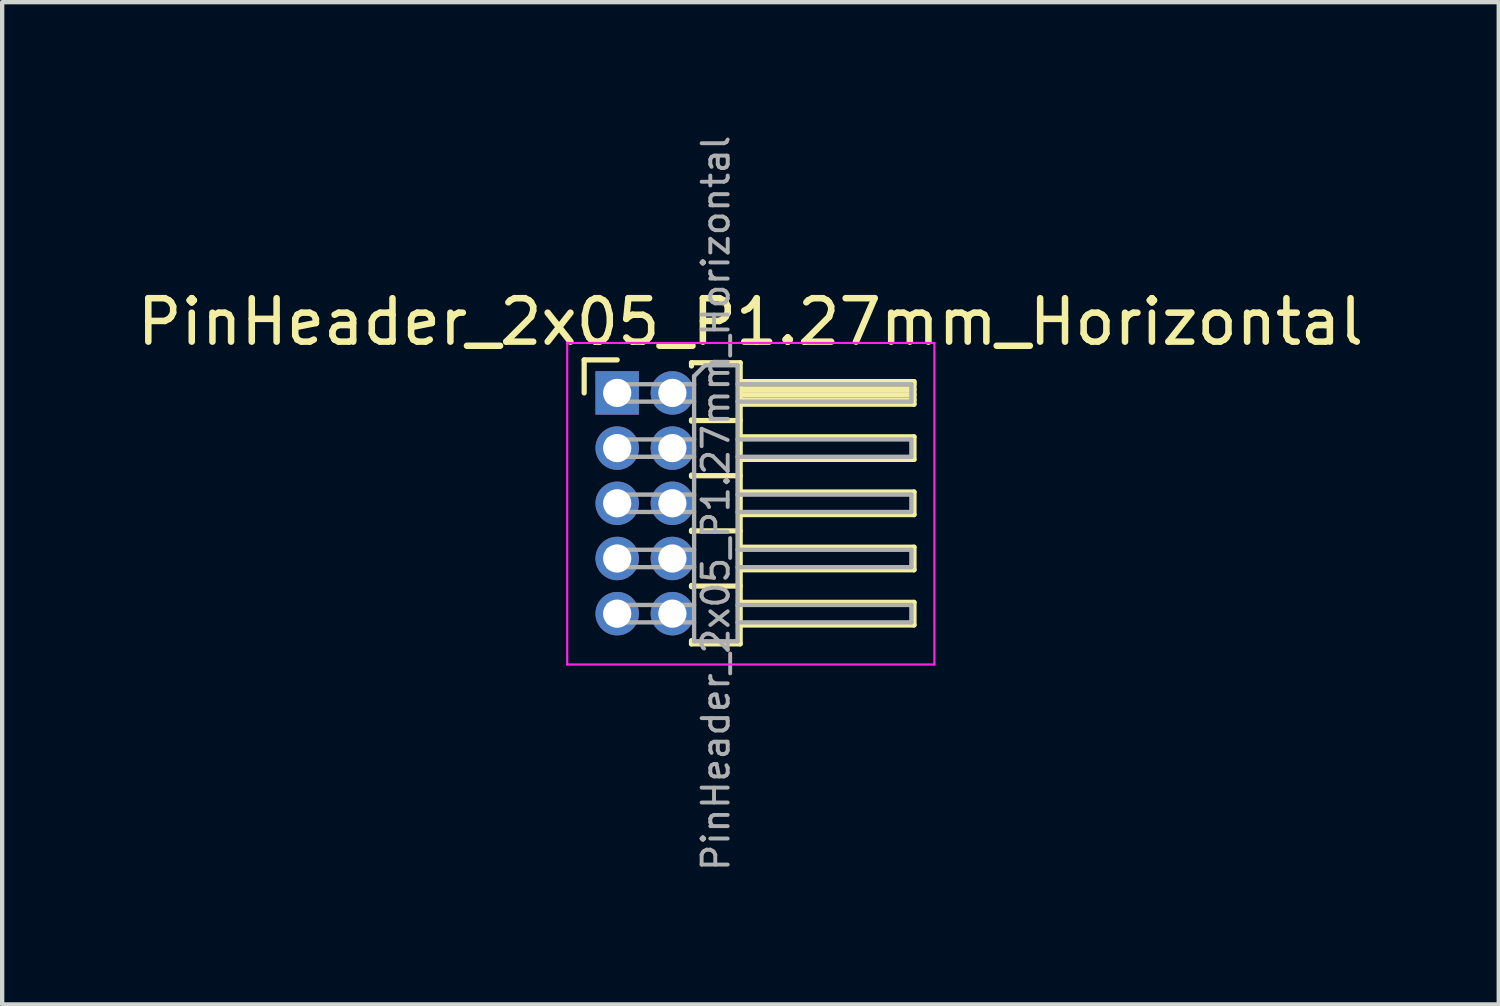
<source format=kicad_pcb>
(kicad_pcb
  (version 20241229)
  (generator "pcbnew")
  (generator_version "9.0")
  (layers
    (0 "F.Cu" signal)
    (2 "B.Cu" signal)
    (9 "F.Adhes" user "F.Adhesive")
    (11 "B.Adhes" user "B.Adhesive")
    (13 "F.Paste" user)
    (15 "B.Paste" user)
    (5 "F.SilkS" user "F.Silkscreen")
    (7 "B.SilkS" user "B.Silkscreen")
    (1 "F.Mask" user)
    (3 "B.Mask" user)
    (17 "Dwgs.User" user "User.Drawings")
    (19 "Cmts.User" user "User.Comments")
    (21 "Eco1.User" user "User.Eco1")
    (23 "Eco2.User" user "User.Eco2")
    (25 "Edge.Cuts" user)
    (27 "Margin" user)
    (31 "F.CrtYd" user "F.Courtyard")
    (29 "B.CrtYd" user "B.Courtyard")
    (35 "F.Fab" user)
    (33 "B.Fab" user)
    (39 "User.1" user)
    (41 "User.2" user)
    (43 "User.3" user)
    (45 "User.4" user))
  (footprint "PinHeader_2x05_P1.27mm_Horizontal"
    (layer "F.Cu")
    (at 11.153 5.992)
    (property "Reference" "PinHeader_2x05_P1.27mm_Horizontal" (at 3.067 -1.635 0) (layer "F.SilkS") (effects (font (size 1 1) (thickness 0.15))))
    (attr through_hole)
    (fp_line (start -0.76 -0.76) (end 0 -0.76) (stroke (width 0.12) (type solid)) (layer "F.SilkS"))
    (fp_line (start -0.76 0) (end -0.76 -0.76) (stroke (width 0.12) (type solid)) (layer "F.SilkS"))
    (fp_line (start 1.71 -0.695) (end 2.83 -0.695) (stroke (width 0.12) (type solid)) (layer "F.SilkS"))
    (fp_line (start 1.71 -0.62) (end 1.71 -0.695) (stroke (width 0.12) (type solid)) (layer "F.SilkS"))
    (fp_line (start 1.71 0.62) (end 1.71 0.65) (stroke (width 0.12) (type solid)) (layer "F.SilkS"))
    (fp_line (start 1.71 0.635) (end 2.83 0.635) (stroke (width 0.12) (type solid)) (layer "F.SilkS"))
    (fp_line (start 1.71 1.89) (end 1.71 1.92) (stroke (width 0.12) (type solid)) (layer "F.SilkS"))
    (fp_line (start 1.71 1.905) (end 2.83 1.905) (stroke (width 0.12) (type solid)) (layer "F.SilkS"))
    (fp_line (start 1.71 3.16) (end 1.71 3.19) (stroke (width 0.12) (type solid)) (layer "F.SilkS"))
    (fp_line (start 1.71 3.175) (end 2.83 3.175) (stroke (width 0.12) (type solid)) (layer "F.SilkS"))
    (fp_line (start 1.71 4.43) (end 1.71 4.46) (stroke (width 0.12) (type solid)) (layer "F.SilkS"))
    (fp_line (start 1.71 4.445) (end 2.83 4.445) (stroke (width 0.12) (type solid)) (layer "F.SilkS"))
    (fp_line (start 1.71 5.775) (end 1.71 5.7) (stroke (width 0.12) (type solid)) (layer "F.SilkS"))
    (fp_line (start 2.83 -0.695) (end 2.83 5.775) (stroke (width 0.12) (type solid)) (layer "F.SilkS"))
    (fp_line (start 2.83 -0.26) (end 6.83 -0.26) (stroke (width 0.12) (type solid)) (layer "F.SilkS"))
    (fp_line (start 2.83 -0.2) (end 6.83 -0.2) (stroke (width 0.12) (type solid)) (layer "F.SilkS"))
    (fp_line (start 2.83 -0.08) (end 6.83 -0.08) (stroke (width 0.12) (type solid)) (layer "F.SilkS"))
    (fp_line (start 2.83 0.04) (end 6.83 0.04) (stroke (width 0.12) (type solid)) (layer "F.SilkS"))
    (fp_line (start 2.83 0.16) (end 6.83 0.16) (stroke (width 0.12) (type solid)) (layer "F.SilkS"))
    (fp_line (start 2.83 1.01) (end 6.83 1.01) (stroke (width 0.12) (type solid)) (layer "F.SilkS"))
    (fp_line (start 2.83 2.28) (end 6.83 2.28) (stroke (width 0.12) (type solid)) (layer "F.SilkS"))
    (fp_line (start 2.83 3.55) (end 6.83 3.55) (stroke (width 0.12) (type solid)) (layer "F.SilkS"))
    (fp_line (start 2.83 4.82) (end 6.83 4.82) (stroke (width 0.12) (type solid)) (layer "F.SilkS"))
    (fp_line (start 2.83 5.775) (end 1.71 5.775) (stroke (width 0.12) (type solid)) (layer "F.SilkS"))
    (fp_line (start 6.83 -0.26) (end 6.83 0.26) (stroke (width 0.12) (type solid)) (layer "F.SilkS"))
    (fp_line (start 6.83 0.26) (end 2.83 0.26) (stroke (width 0.12) (type solid)) (layer "F.SilkS"))
    (fp_line (start 6.83 1.01) (end 6.83 1.53) (stroke (width 0.12) (type solid)) (layer "F.SilkS"))
    (fp_line (start 6.83 1.53) (end 2.83 1.53) (stroke (width 0.12) (type solid)) (layer "F.SilkS"))
    (fp_line (start 6.83 2.28) (end 6.83 2.8) (stroke (width 0.12) (type solid)) (layer "F.SilkS"))
    (fp_line (start 6.83 2.8) (end 2.83 2.8) (stroke (width 0.12) (type solid)) (layer "F.SilkS"))
    (fp_line (start 6.83 3.55) (end 6.83 4.07) (stroke (width 0.12) (type solid)) (layer "F.SilkS"))
    (fp_line (start 6.83 4.07) (end 2.83 4.07) (stroke (width 0.12) (type solid)) (layer "F.SilkS"))
    (fp_line (start 6.83 4.82) (end 6.83 5.34) (stroke (width 0.12) (type solid)) (layer "F.SilkS"))
    (fp_line (start 6.83 5.34) (end 2.83 5.34) (stroke (width 0.12) (type solid)) (layer "F.SilkS"))
    (fp_line (start -1.15 -1.15) (end -1.15 6.25) (stroke (width 0.05) (type solid)) (layer "F.CrtYd"))
    (fp_line (start -1.15 6.25) (end 7.3 6.25) (stroke (width 0.05) (type solid)) (layer "F.CrtYd"))
    (fp_line (start 7.3 -1.15) (end -1.15 -1.15) (stroke (width 0.05) (type solid)) (layer "F.CrtYd"))
    (fp_line (start 7.3 6.25) (end 7.3 -1.15) (stroke (width 0.05) (type solid)) (layer "F.CrtYd"))
    (fp_line (start -0.2 -0.2) (end -0.2 0.2) (stroke (width 0.1) (type solid)) (layer "F.Fab"))
    (fp_line (start -0.2 -0.2) (end 1.77 -0.2) (stroke (width 0.1) (type solid)) (layer "F.Fab"))
    (fp_line (start -0.2 0.2) (end 1.77 0.2) (stroke (width 0.1) (type solid)) (layer "F.Fab"))
    (fp_line (start -0.2 1.07) (end -0.2 1.47) (stroke (width 0.1) (type solid)) (layer "F.Fab"))
    (fp_line (start -0.2 1.07) (end 1.77 1.07) (stroke (width 0.1) (type solid)) (layer "F.Fab"))
    (fp_line (start -0.2 1.47) (end 1.77 1.47) (stroke (width 0.1) (type solid)) (layer "F.Fab"))
    (fp_line (start -0.2 2.34) (end -0.2 2.74) (stroke (width 0.1) (type solid)) (layer "F.Fab"))
    (fp_line (start -0.2 2.34) (end 1.77 2.34) (stroke (width 0.1) (type solid)) (layer "F.Fab"))
    (fp_line (start -0.2 2.74) (end 1.77 2.74) (stroke (width 0.1) (type solid)) (layer "F.Fab"))
    (fp_line (start -0.2 3.61) (end -0.2 4.01) (stroke (width 0.1) (type solid)) (layer "F.Fab"))
    (fp_line (start -0.2 3.61) (end 1.77 3.61) (stroke (width 0.1) (type solid)) (layer "F.Fab"))
    (fp_line (start -0.2 4.01) (end 1.77 4.01) (stroke (width 0.1) (type solid)) (layer "F.Fab"))
    (fp_line (start -0.2 4.88) (end -0.2 5.28) (stroke (width 0.1) (type solid)) (layer "F.Fab"))
    (fp_line (start -0.2 4.88) (end 1.77 4.88) (stroke (width 0.1) (type solid)) (layer "F.Fab"))
    (fp_line (start -0.2 5.28) (end 1.77 5.28) (stroke (width 0.1) (type solid)) (layer "F.Fab"))
    (fp_line (start 1.77 -0.385) (end 2.02 -0.635) (stroke (width 0.1) (type solid)) (layer "F.Fab"))
    (fp_line (start 1.77 5.715) (end 1.77 -0.385) (stroke (width 0.1) (type solid)) (layer "F.Fab"))
    (fp_line (start 2.02 -0.635) (end 2.77 -0.635) (stroke (width 0.1) (type solid)) (layer "F.Fab"))
    (fp_line (start 2.77 -0.635) (end 2.77 5.715) (stroke (width 0.1) (type solid)) (layer "F.Fab"))
    (fp_line (start 2.77 -0.2) (end 6.77 -0.2) (stroke (width 0.1) (type solid)) (layer "F.Fab"))
    (fp_line (start 2.77 0.2) (end 6.77 0.2) (stroke (width 0.1) (type solid)) (layer "F.Fab"))
    (fp_line (start 2.77 1.07) (end 6.77 1.07) (stroke (width 0.1) (type solid)) (layer "F.Fab"))
    (fp_line (start 2.77 1.47) (end 6.77 1.47) (stroke (width 0.1) (type solid)) (layer "F.Fab"))
    (fp_line (start 2.77 2.34) (end 6.77 2.34) (stroke (width 0.1) (type solid)) (layer "F.Fab"))
    (fp_line (start 2.77 2.74) (end 6.77 2.74) (stroke (width 0.1) (type solid)) (layer "F.Fab"))
    (fp_line (start 2.77 3.61) (end 6.77 3.61) (stroke (width 0.1) (type solid)) (layer "F.Fab"))
    (fp_line (start 2.77 4.01) (end 6.77 4.01) (stroke (width 0.1) (type solid)) (layer "F.Fab"))
    (fp_line (start 2.77 4.88) (end 6.77 4.88) (stroke (width 0.1) (type solid)) (layer "F.Fab"))
    (fp_line (start 2.77 5.28) (end 6.77 5.28) (stroke (width 0.1) (type solid)) (layer "F.Fab"))
    (fp_line (start 2.77 5.715) (end 1.77 5.715) (stroke (width 0.1) (type solid)) (layer "F.Fab"))
    (fp_line (start 6.77 -0.2) (end 6.77 0.2) (stroke (width 0.1) (type solid)) (layer "F.Fab"))
    (fp_line (start 6.77 1.07) (end 6.77 1.47) (stroke (width 0.1) (type solid)) (layer "F.Fab"))
    (fp_line (start 6.77 2.34) (end 6.77 2.74) (stroke (width 0.1) (type solid)) (layer "F.Fab"))
    (fp_line (start 6.77 3.61) (end 6.77 4.01) (stroke (width 0.1) (type solid)) (layer "F.Fab"))
    (fp_line (start 6.77 4.88) (end 6.77 5.28) (stroke (width 0.1) (type solid)) (layer "F.Fab"))
    (fp_text user "${REFERENCE}" (at 2.27 2.54 90) (layer "F.Fab") (effects (font (size 0.6 0.6) (thickness 0.09))))
    (pad "1" thru_hole rect (at 0 0) (size 1 1) (drill 0.65) (layers "*.Cu" "*.Mask"))
    (pad "2" thru_hole oval (at 1.27 0) (size 1 1) (drill 0.65) (layers "*.Cu" "*.Mask"))
    (pad "3" thru_hole oval (at 0 1.27) (size 1 1) (drill 0.65) (layers "*.Cu" "*.Mask"))
    (pad "4" thru_hole oval (at 1.27 1.27) (size 1 1) (drill 0.65) (layers "*.Cu" "*.Mask"))
    (pad "5" thru_hole oval (at 0 2.54) (size 1 1) (drill 0.65) (layers "*.Cu" "*.Mask"))
    (pad "6" thru_hole oval (at 1.27 2.54) (size 1 1) (drill 0.65) (layers "*.Cu" "*.Mask"))
    (pad "7" thru_hole oval (at 0 3.81) (size 1 1) (drill 0.65) (layers "*.Cu" "*.Mask"))
    (pad "8" thru_hole oval (at 1.27 3.81) (size 1 1) (drill 0.65) (layers "*.Cu" "*.Mask"))
    (pad "9" thru_hole oval (at 0 5.08) (size 1 1) (drill 0.65) (layers "*.Cu" "*.Mask"))
    (pad "10" thru_hole oval (at 1.27 5.08) (size 1 1) (drill 0.65) (layers "*.Cu" "*.Mask")))
  (gr_rect
    (start -3 -3)
    (end 31.44 20.064)
    (stroke (width 0.1) (type default))
    (fill no)
    (layer "Edge.Cuts")))
</source>
